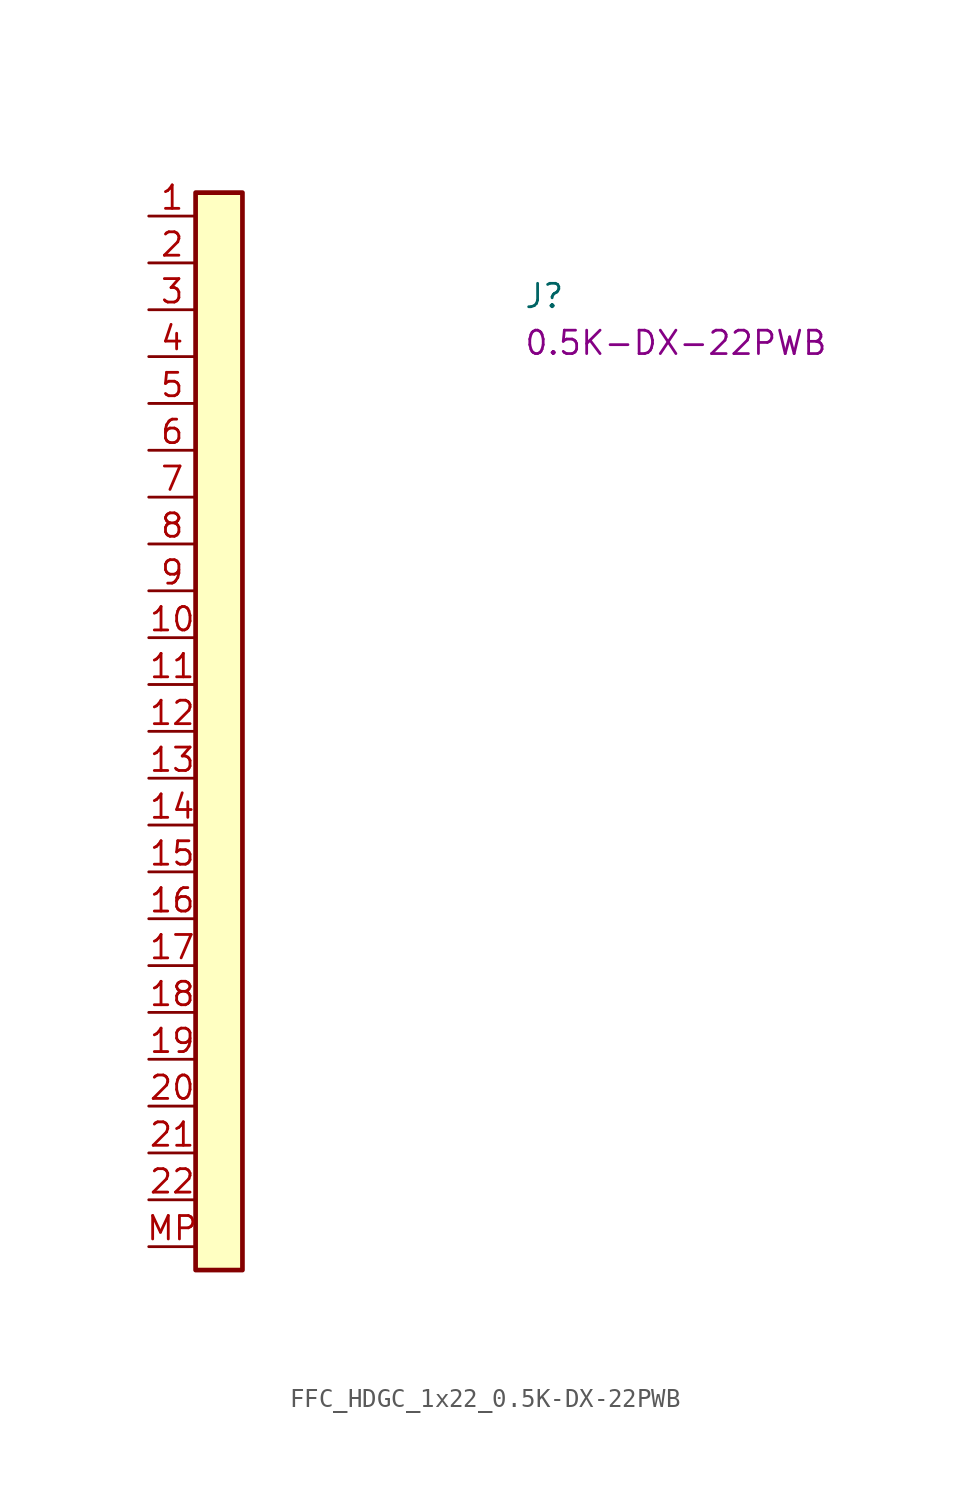
<source format=kicad_sym>
(kicad_symbol_lib
  (version 20220914)
  (generator kicad_symbol_editor)
  (symbol "FFC_HDGC_1x22_0.5K-DX-22PWB"
    (property "Reference" "J"
      (at 20.32 -5.08 0)
      (effects (font (size 1.27 1.27) (thickness 0.15)) (justify left bottom)))
    (property "MPN" "0.5K-DX-22PWB"
      (at 20.32 -7.62 0)
      (effects (font (size 1.27 1.27) (thickness 0.15)) (justify left bottom)))
    (symbol "FFC_HDGC_1x22_0.5K-DX-22PWB_1_1"
      (rectangle (start 2.54 1.27) (end 5.08 -57.15) (stroke (width 0.254) (type default)) (fill (type background)))
      (pin bidirectional line (at 0 0 0) (length 2.54) (name "~" (effects (font (size 1.27 1.27)))) (number "1" (effects (font (size 1.27 1.27)))))
      (pin bidirectional line (at 0 -22.86 0) (length 2.54) (name "~" (effects (font (size 1.27 1.27)))) (number "10" (effects (font (size 1.27 1.27)))))
      (pin bidirectional line (at 0 -25.4 0) (length 2.54) (name "~" (effects (font (size 1.27 1.27)))) (number "11" (effects (font (size 1.27 1.27)))))
      (pin bidirectional line (at 0 -27.94 0) (length 2.54) (name "~" (effects (font (size 1.27 1.27)))) (number "12" (effects (font (size 1.27 1.27)))))
      (pin bidirectional line (at 0 -30.48 0) (length 2.54) (name "~" (effects (font (size 1.27 1.27)))) (number "13" (effects (font (size 1.27 1.27)))))
      (pin bidirectional line (at 0 -33.02 0) (length 2.54) (name "~" (effects (font (size 1.27 1.27)))) (number "14" (effects (font (size 1.27 1.27)))))
      (pin bidirectional line (at 0 -35.56 0) (length 2.54) (name "~" (effects (font (size 1.27 1.27)))) (number "15" (effects (font (size 1.27 1.27)))))
      (pin bidirectional line (at 0 -38.1 0) (length 2.54) (name "~" (effects (font (size 1.27 1.27)))) (number "16" (effects (font (size 1.27 1.27)))))
      (pin bidirectional line (at 0 -40.64 0) (length 2.54) (name "~" (effects (font (size 1.27 1.27)))) (number "17" (effects (font (size 1.27 1.27)))))
      (pin bidirectional line (at 0 -43.18 0) (length 2.54) (name "~" (effects (font (size 1.27 1.27)))) (number "18" (effects (font (size 1.27 1.27)))))
      (pin bidirectional line (at 0 -45.72 0) (length 2.54) (name "~" (effects (font (size 1.27 1.27)))) (number "19" (effects (font (size 1.27 1.27)))))
      (pin bidirectional line (at 0 -2.54 0) (length 2.54) (name "~" (effects (font (size 1.27 1.27)))) (number "2" (effects (font (size 1.27 1.27)))))
      (pin bidirectional line (at 0 -48.26 0) (length 2.54) (name "~" (effects (font (size 1.27 1.27)))) (number "20" (effects (font (size 1.27 1.27)))))
      (pin bidirectional line (at 0 -50.8 0) (length 2.54) (name "~" (effects (font (size 1.27 1.27)))) (number "21" (effects (font (size 1.27 1.27)))))
      (pin bidirectional line (at 0 -53.34 0) (length 2.54) (name "~" (effects (font (size 1.27 1.27)))) (number "22" (effects (font (size 1.27 1.27)))))
      (pin bidirectional line (at 0 -5.08 0) (length 2.54) (name "~" (effects (font (size 1.27 1.27)))) (number "3" (effects (font (size 1.27 1.27)))))
      (pin bidirectional line (at 0 -7.62 0) (length 2.54) (name "~" (effects (font (size 1.27 1.27)))) (number "4" (effects (font (size 1.27 1.27)))))
      (pin bidirectional line (at 0 -10.16 0) (length 2.54) (name "~" (effects (font (size 1.27 1.27)))) (number "5" (effects (font (size 1.27 1.27)))))
      (pin bidirectional line (at 0 -12.7 0) (length 2.54) (name "~" (effects (font (size 1.27 1.27)))) (number "6" (effects (font (size 1.27 1.27)))))
      (pin bidirectional line (at 0 -15.24 0) (length 2.54) (name "~" (effects (font (size 1.27 1.27)))) (number "7" (effects (font (size 1.27 1.27)))))
      (pin bidirectional line (at 0 -17.78 0) (length 2.54) (name "~" (effects (font (size 1.27 1.27)))) (number "8" (effects (font (size 1.27 1.27)))))
      (pin bidirectional line (at 0 -20.32 0) (length 2.54) (name "~" (effects (font (size 1.27 1.27)))) (number "9" (effects (font (size 1.27 1.27)))))
      (pin bidirectional line (at 0 -55.88 0) (length 2.54) (name "~" (effects (font (size 1.27 1.27)))) (number "MP" (effects (font (size 1.27 1.27))))))))
</source>
